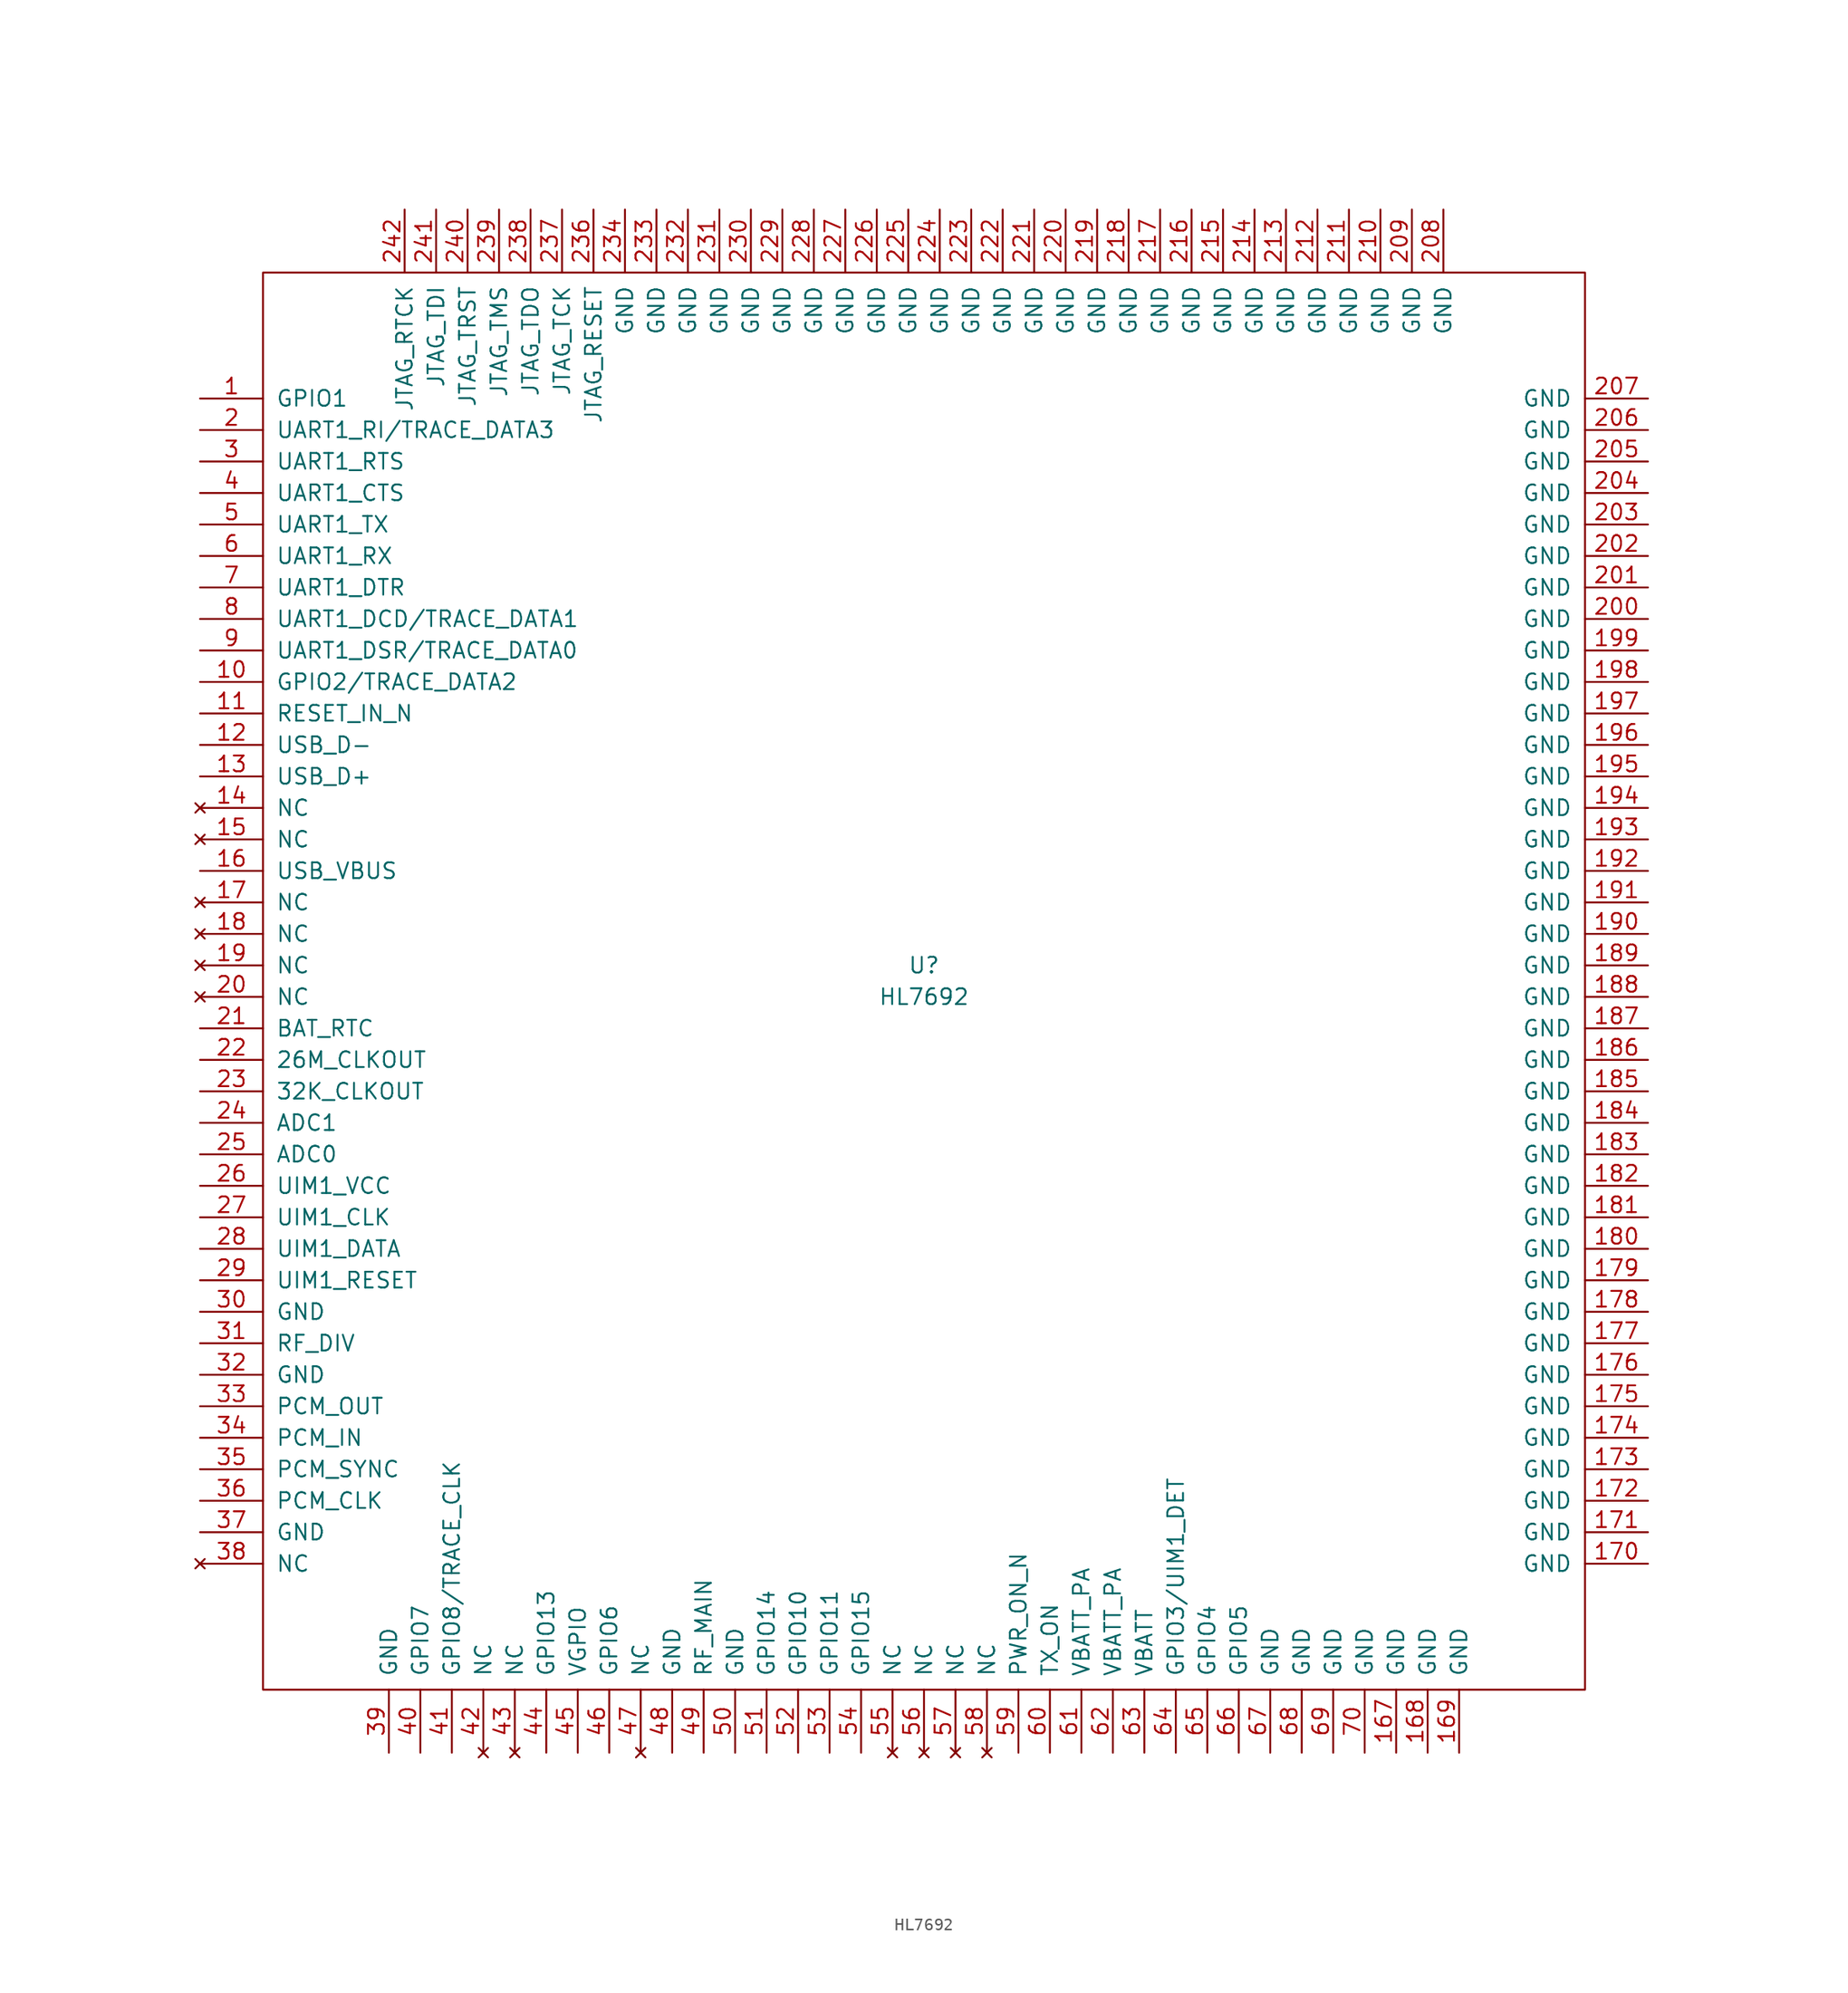
<source format=kicad_sym>
(kicad_symbol_lib
  (version 20201005)
  (generator kicad_symbol_editor)
  (symbol "HL7692"
    (pin_names
      (offset 1.016))
    (property "Reference" "U"
      (at 0 1.27 0)
      (effects (font (size 1.27 1.27))))
    (property "Value" "HL7692"
      (at 0 -1.27 0)
      (effects (font (size 1.27 1.27))))
    (symbol "HL7692_0_1"
      (rectangle (start -53.34 57.15) (end 53.34 -57.15) (stroke (width 0)) (fill (type none))))
    (symbol "HL7692_1_1"
      (pin bidirectional line (at -58.42 46.99 0) (length 5.08) (name "GPIO1" (effects (font (size 1.27 1.27)))) (number "1" (effects (font (size 1.27 1.27)))))
      (pin output line (at -58.42 24.13 0) (length 5.08) (name "GPIO2/TRACE_DATA2" (effects (font (size 1.27 1.27)))) (number "10" (effects (font (size 1.27 1.27)))))
      (pin input line (at -58.42 21.59 0) (length 5.08) (name "RESET_IN_N" (effects (font (size 1.27 1.27)))) (number "11" (effects (font (size 1.27 1.27)))))
      (pin bidirectional line (at -58.42 19.05 0) (length 5.08) (name "USB_D-" (effects (font (size 1.27 1.27)))) (number "12" (effects (font (size 1.27 1.27)))))
      (pin bidirectional line (at -58.42 16.51 0) (length 5.08) (name "USB_D+" (effects (font (size 1.27 1.27)))) (number "13" (effects (font (size 1.27 1.27)))))
      (pin unconnected line (at -58.42 13.97 0) (length 5.08) (name "NC" (effects (font (size 1.27 1.27)))) (number "14" (effects (font (size 1.27 1.27)))))
      (pin unconnected line (at -58.42 11.43 0) (length 5.08) (name "NC" (effects (font (size 1.27 1.27)))) (number "15" (effects (font (size 1.27 1.27)))))
      (pin input line (at -58.42 8.89 0) (length 5.08) (name "USB_VBUS" (effects (font (size 1.27 1.27)))) (number "16" (effects (font (size 1.27 1.27)))))
      (pin power_in line (at 38.1 -62.23 90) (length 5.08) (name "GND" (effects (font (size 1.27 1.27)))) (number "167" (effects (font (size 1.27 1.27)))))
      (pin power_in line (at 40.64 -62.23 90) (length 5.08) (name "GND" (effects (font (size 1.27 1.27)))) (number "168" (effects (font (size 1.27 1.27)))))
      (pin power_in line (at 43.18 -62.23 90) (length 5.08) (name "GND" (effects (font (size 1.27 1.27)))) (number "169" (effects (font (size 1.27 1.27)))))
      (pin unconnected line (at -58.42 6.35 0) (length 5.08) (name "NC" (effects (font (size 1.27 1.27)))) (number "17" (effects (font (size 1.27 1.27)))))
      (pin power_in line (at 58.42 -46.99 180) (length 5.08) (name "GND" (effects (font (size 1.27 1.27)))) (number "170" (effects (font (size 1.27 1.27)))))
      (pin power_in line (at 58.42 -44.45 180) (length 5.08) (name "GND" (effects (font (size 1.27 1.27)))) (number "171" (effects (font (size 1.27 1.27)))))
      (pin power_in line (at 58.42 -41.91 180) (length 5.08) (name "GND" (effects (font (size 1.27 1.27)))) (number "172" (effects (font (size 1.27 1.27)))))
      (pin power_in line (at 58.42 -39.37 180) (length 5.08) (name "GND" (effects (font (size 1.27 1.27)))) (number "173" (effects (font (size 1.27 1.27)))))
      (pin power_in line (at 58.42 -36.83 180) (length 5.08) (name "GND" (effects (font (size 1.27 1.27)))) (number "174" (effects (font (size 1.27 1.27)))))
      (pin power_in line (at 58.42 -34.29 180) (length 5.08) (name "GND" (effects (font (size 1.27 1.27)))) (number "175" (effects (font (size 1.27 1.27)))))
      (pin power_in line (at 58.42 -31.75 180) (length 5.08) (name "GND" (effects (font (size 1.27 1.27)))) (number "176" (effects (font (size 1.27 1.27)))))
      (pin power_in line (at 58.42 -29.21 180) (length 5.08) (name "GND" (effects (font (size 1.27 1.27)))) (number "177" (effects (font (size 1.27 1.27)))))
      (pin power_in line (at 58.42 -26.67 180) (length 5.08) (name "GND" (effects (font (size 1.27 1.27)))) (number "178" (effects (font (size 1.27 1.27)))))
      (pin power_in line (at 58.42 -24.13 180) (length 5.08) (name "GND" (effects (font (size 1.27 1.27)))) (number "179" (effects (font (size 1.27 1.27)))))
      (pin unconnected line (at -58.42 3.81 0) (length 5.08) (name "NC" (effects (font (size 1.27 1.27)))) (number "18" (effects (font (size 1.27 1.27)))))
      (pin power_in line (at 58.42 -21.59 180) (length 5.08) (name "GND" (effects (font (size 1.27 1.27)))) (number "180" (effects (font (size 1.27 1.27)))))
      (pin power_in line (at 58.42 -19.05 180) (length 5.08) (name "GND" (effects (font (size 1.27 1.27)))) (number "181" (effects (font (size 1.27 1.27)))))
      (pin power_in line (at 58.42 -16.51 180) (length 5.08) (name "GND" (effects (font (size 1.27 1.27)))) (number "182" (effects (font (size 1.27 1.27)))))
      (pin power_in line (at 58.42 -13.97 180) (length 5.08) (name "GND" (effects (font (size 1.27 1.27)))) (number "183" (effects (font (size 1.27 1.27)))))
      (pin power_in line (at 58.42 -11.43 180) (length 5.08) (name "GND" (effects (font (size 1.27 1.27)))) (number "184" (effects (font (size 1.27 1.27)))))
      (pin power_in line (at 58.42 -8.89 180) (length 5.08) (name "GND" (effects (font (size 1.27 1.27)))) (number "185" (effects (font (size 1.27 1.27)))))
      (pin power_in line (at 58.42 -6.35 180) (length 5.08) (name "GND" (effects (font (size 1.27 1.27)))) (number "186" (effects (font (size 1.27 1.27)))))
      (pin power_in line (at 58.42 -3.81 180) (length 5.08) (name "GND" (effects (font (size 1.27 1.27)))) (number "187" (effects (font (size 1.27 1.27)))))
      (pin power_in line (at 58.42 -1.27 180) (length 5.08) (name "GND" (effects (font (size 1.27 1.27)))) (number "188" (effects (font (size 1.27 1.27)))))
      (pin power_in line (at 58.42 1.27 180) (length 5.08) (name "GND" (effects (font (size 1.27 1.27)))) (number "189" (effects (font (size 1.27 1.27)))))
      (pin unconnected line (at -58.42 1.27 0) (length 5.08) (name "NC" (effects (font (size 1.27 1.27)))) (number "19" (effects (font (size 1.27 1.27)))))
      (pin power_in line (at 58.42 3.81 180) (length 5.08) (name "GND" (effects (font (size 1.27 1.27)))) (number "190" (effects (font (size 1.27 1.27)))))
      (pin power_in line (at 58.42 6.35 180) (length 5.08) (name "GND" (effects (font (size 1.27 1.27)))) (number "191" (effects (font (size 1.27 1.27)))))
      (pin power_in line (at 58.42 8.89 180) (length 5.08) (name "GND" (effects (font (size 1.27 1.27)))) (number "192" (effects (font (size 1.27 1.27)))))
      (pin power_in line (at 58.42 11.43 180) (length 5.08) (name "GND" (effects (font (size 1.27 1.27)))) (number "193" (effects (font (size 1.27 1.27)))))
      (pin power_in line (at 58.42 13.97 180) (length 5.08) (name "GND" (effects (font (size 1.27 1.27)))) (number "194" (effects (font (size 1.27 1.27)))))
      (pin power_in line (at 58.42 16.51 180) (length 5.08) (name "GND" (effects (font (size 1.27 1.27)))) (number "195" (effects (font (size 1.27 1.27)))))
      (pin power_in line (at 58.42 19.05 180) (length 5.08) (name "GND" (effects (font (size 1.27 1.27)))) (number "196" (effects (font (size 1.27 1.27)))))
      (pin power_in line (at 58.42 21.59 180) (length 5.08) (name "GND" (effects (font (size 1.27 1.27)))) (number "197" (effects (font (size 1.27 1.27)))))
      (pin power_in line (at 58.42 24.13 180) (length 5.08) (name "GND" (effects (font (size 1.27 1.27)))) (number "198" (effects (font (size 1.27 1.27)))))
      (pin power_in line (at 58.42 26.67 180) (length 5.08) (name "GND" (effects (font (size 1.27 1.27)))) (number "199" (effects (font (size 1.27 1.27)))))
      (pin output line (at -58.42 44.45 0) (length 5.08) (name "UART1_RI/TRACE_DATA3" (effects (font (size 1.27 1.27)))) (number "2" (effects (font (size 1.27 1.27)))))
      (pin unconnected line (at -58.42 -1.27 0) (length 5.08) (name "NC" (effects (font (size 1.27 1.27)))) (number "20" (effects (font (size 1.27 1.27)))))
      (pin power_in line (at 58.42 29.21 180) (length 5.08) (name "GND" (effects (font (size 1.27 1.27)))) (number "200" (effects (font (size 1.27 1.27)))))
      (pin power_in line (at 58.42 31.75 180) (length 5.08) (name "GND" (effects (font (size 1.27 1.27)))) (number "201" (effects (font (size 1.27 1.27)))))
      (pin power_in line (at 58.42 34.29 180) (length 5.08) (name "GND" (effects (font (size 1.27 1.27)))) (number "202" (effects (font (size 1.27 1.27)))))
      (pin power_in line (at 58.42 36.83 180) (length 5.08) (name "GND" (effects (font (size 1.27 1.27)))) (number "203" (effects (font (size 1.27 1.27)))))
      (pin power_in line (at 58.42 39.37 180) (length 5.08) (name "GND" (effects (font (size 1.27 1.27)))) (number "204" (effects (font (size 1.27 1.27)))))
      (pin power_in line (at 58.42 41.91 180) (length 5.08) (name "GND" (effects (font (size 1.27 1.27)))) (number "205" (effects (font (size 1.27 1.27)))))
      (pin power_in line (at 58.42 44.45 180) (length 5.08) (name "GND" (effects (font (size 1.27 1.27)))) (number "206" (effects (font (size 1.27 1.27)))))
      (pin power_in line (at 58.42 46.99 180) (length 5.08) (name "GND" (effects (font (size 1.27 1.27)))) (number "207" (effects (font (size 1.27 1.27)))))
      (pin power_in line (at 41.91 62.23 270) (length 5.08) (name "GND" (effects (font (size 1.27 1.27)))) (number "208" (effects (font (size 1.27 1.27)))))
      (pin power_in line (at 39.37 62.23 270) (length 5.08) (name "GND" (effects (font (size 1.27 1.27)))) (number "209" (effects (font (size 1.27 1.27)))))
      (pin bidirectional line (at -58.42 -3.81 0) (length 5.08) (name "BAT_RTC" (effects (font (size 1.27 1.27)))) (number "21" (effects (font (size 1.27 1.27)))))
      (pin power_in line (at 36.83 62.23 270) (length 5.08) (name "GND" (effects (font (size 1.27 1.27)))) (number "210" (effects (font (size 1.27 1.27)))))
      (pin power_in line (at 34.29 62.23 270) (length 5.08) (name "GND" (effects (font (size 1.27 1.27)))) (number "211" (effects (font (size 1.27 1.27)))))
      (pin power_in line (at 31.75 62.23 270) (length 5.08) (name "GND" (effects (font (size 1.27 1.27)))) (number "212" (effects (font (size 1.27 1.27)))))
      (pin power_in line (at 29.21 62.23 270) (length 5.08) (name "GND" (effects (font (size 1.27 1.27)))) (number "213" (effects (font (size 1.27 1.27)))))
      (pin power_in line (at 26.67 62.23 270) (length 5.08) (name "GND" (effects (font (size 1.27 1.27)))) (number "214" (effects (font (size 1.27 1.27)))))
      (pin power_in line (at 24.13 62.23 270) (length 5.08) (name "GND" (effects (font (size 1.27 1.27)))) (number "215" (effects (font (size 1.27 1.27)))))
      (pin power_in line (at 21.59 62.23 270) (length 5.08) (name "GND" (effects (font (size 1.27 1.27)))) (number "216" (effects (font (size 1.27 1.27)))))
      (pin power_in line (at 19.05 62.23 270) (length 5.08) (name "GND" (effects (font (size 1.27 1.27)))) (number "217" (effects (font (size 1.27 1.27)))))
      (pin power_in line (at 16.51 62.23 270) (length 5.08) (name "GND" (effects (font (size 1.27 1.27)))) (number "218" (effects (font (size 1.27 1.27)))))
      (pin power_in line (at 13.97 62.23 270) (length 5.08) (name "GND" (effects (font (size 1.27 1.27)))) (number "219" (effects (font (size 1.27 1.27)))))
      (pin output line (at -58.42 -6.35 0) (length 5.08) (name "26M_CLKOUT" (effects (font (size 1.27 1.27)))) (number "22" (effects (font (size 1.27 1.27)))))
      (pin power_in line (at 11.43 62.23 270) (length 5.08) (name "GND" (effects (font (size 1.27 1.27)))) (number "220" (effects (font (size 1.27 1.27)))))
      (pin power_in line (at 8.89 62.23 270) (length 5.08) (name "GND" (effects (font (size 1.27 1.27)))) (number "221" (effects (font (size 1.27 1.27)))))
      (pin power_in line (at 6.35 62.23 270) (length 5.08) (name "GND" (effects (font (size 1.27 1.27)))) (number "222" (effects (font (size 1.27 1.27)))))
      (pin power_in line (at 3.81 62.23 270) (length 5.08) (name "GND" (effects (font (size 1.27 1.27)))) (number "223" (effects (font (size 1.27 1.27)))))
      (pin power_in line (at 1.27 62.23 270) (length 5.08) (name "GND" (effects (font (size 1.27 1.27)))) (number "224" (effects (font (size 1.27 1.27)))))
      (pin power_in line (at -1.27 62.23 270) (length 5.08) (name "GND" (effects (font (size 1.27 1.27)))) (number "225" (effects (font (size 1.27 1.27)))))
      (pin power_in line (at -3.81 62.23 270) (length 5.08) (name "GND" (effects (font (size 1.27 1.27)))) (number "226" (effects (font (size 1.27 1.27)))))
      (pin power_in line (at -6.35 62.23 270) (length 5.08) (name "GND" (effects (font (size 1.27 1.27)))) (number "227" (effects (font (size 1.27 1.27)))))
      (pin power_in line (at -8.89 62.23 270) (length 5.08) (name "GND" (effects (font (size 1.27 1.27)))) (number "228" (effects (font (size 1.27 1.27)))))
      (pin power_in line (at -11.43 62.23 270) (length 5.08) (name "GND" (effects (font (size 1.27 1.27)))) (number "229" (effects (font (size 1.27 1.27)))))
      (pin output line (at -58.42 -8.89 0) (length 5.08) (name "32K_CLKOUT" (effects (font (size 1.27 1.27)))) (number "23" (effects (font (size 1.27 1.27)))))
      (pin power_in line (at -13.97 62.23 270) (length 5.08) (name "GND" (effects (font (size 1.27 1.27)))) (number "230" (effects (font (size 1.27 1.27)))))
      (pin power_in line (at -16.51 62.23 270) (length 5.08) (name "GND" (effects (font (size 1.27 1.27)))) (number "231" (effects (font (size 1.27 1.27)))))
      (pin power_in line (at -19.05 62.23 270) (length 5.08) (name "GND" (effects (font (size 1.27 1.27)))) (number "232" (effects (font (size 1.27 1.27)))))
      (pin power_in line (at -21.59 62.23 270) (length 5.08) (name "GND" (effects (font (size 1.27 1.27)))) (number "233" (effects (font (size 1.27 1.27)))))
      (pin power_in line (at -24.13 62.23 270) (length 5.08) (name "GND" (effects (font (size 1.27 1.27)))) (number "234" (effects (font (size 1.27 1.27)))))
      (pin input line (at -26.67 62.23 270) (length 5.08) (name "JTAG_RESET" (effects (font (size 1.27 1.27)))) (number "236" (effects (font (size 1.27 1.27)))))
      (pin input line (at -29.21 62.23 270) (length 5.08) (name "JTAG_TCK" (effects (font (size 1.27 1.27)))) (number "237" (effects (font (size 1.27 1.27)))))
      (pin output line (at -31.75 62.23 270) (length 5.08) (name "JTAG_TDO" (effects (font (size 1.27 1.27)))) (number "238" (effects (font (size 1.27 1.27)))))
      (pin input line (at -34.29 62.23 270) (length 5.08) (name "JTAG_TMS" (effects (font (size 1.27 1.27)))) (number "239" (effects (font (size 1.27 1.27)))))
      (pin input line (at -58.42 -11.43 0) (length 5.08) (name "ADC1" (effects (font (size 1.27 1.27)))) (number "24" (effects (font (size 1.27 1.27)))))
      (pin input line (at -36.83 62.23 270) (length 5.08) (name "JTAG_TRST" (effects (font (size 1.27 1.27)))) (number "240" (effects (font (size 1.27 1.27)))))
      (pin input line (at -39.37 62.23 270) (length 5.08) (name "JTAG_TDI" (effects (font (size 1.27 1.27)))) (number "241" (effects (font (size 1.27 1.27)))))
      (pin output line (at -41.91 62.23 270) (length 5.08) (name "JTAG_RTCK" (effects (font (size 1.27 1.27)))) (number "242" (effects (font (size 1.27 1.27)))))
      (pin input line (at -58.42 -13.97 0) (length 5.08) (name "ADC0" (effects (font (size 1.27 1.27)))) (number "25" (effects (font (size 1.27 1.27)))))
      (pin output line (at -58.42 -16.51 0) (length 5.08) (name "UIM1_VCC" (effects (font (size 1.27 1.27)))) (number "26" (effects (font (size 1.27 1.27)))))
      (pin output line (at -58.42 -19.05 0) (length 5.08) (name "UIM1_CLK" (effects (font (size 1.27 1.27)))) (number "27" (effects (font (size 1.27 1.27)))))
      (pin bidirectional line (at -58.42 -21.59 0) (length 5.08) (name "UIM1_DATA" (effects (font (size 1.27 1.27)))) (number "28" (effects (font (size 1.27 1.27)))))
      (pin input line (at -58.42 -24.13 0) (length 5.08) (name "UIM1_RESET" (effects (font (size 1.27 1.27)))) (number "29" (effects (font (size 1.27 1.27)))))
      (pin input line (at -58.42 41.91 0) (length 5.08) (name "UART1_RTS" (effects (font (size 1.27 1.27)))) (number "3" (effects (font (size 1.27 1.27)))))
      (pin power_in line (at -58.42 -26.67 0) (length 5.08) (name "GND" (effects (font (size 1.27 1.27)))) (number "30" (effects (font (size 1.27 1.27)))))
      (pin unspecified line (at -58.42 -29.21 0) (length 5.08) (name "RF_DIV" (effects (font (size 1.27 1.27)))) (number "31" (effects (font (size 1.27 1.27)))))
      (pin power_in line (at -58.42 -31.75 0) (length 5.08) (name "GND" (effects (font (size 1.27 1.27)))) (number "32" (effects (font (size 1.27 1.27)))))
      (pin output line (at -58.42 -34.29 0) (length 5.08) (name "PCM_OUT" (effects (font (size 1.27 1.27)))) (number "33" (effects (font (size 1.27 1.27)))))
      (pin input line (at -58.42 -36.83 0) (length 5.08) (name "PCM_IN" (effects (font (size 1.27 1.27)))) (number "34" (effects (font (size 1.27 1.27)))))
      (pin bidirectional line (at -58.42 -39.37 0) (length 5.08) (name "PCM_SYNC" (effects (font (size 1.27 1.27)))) (number "35" (effects (font (size 1.27 1.27)))))
      (pin bidirectional line (at -58.42 -41.91 0) (length 5.08) (name "PCM_CLK" (effects (font (size 1.27 1.27)))) (number "36" (effects (font (size 1.27 1.27)))))
      (pin power_in line (at -58.42 -44.45 0) (length 5.08) (name "GND" (effects (font (size 1.27 1.27)))) (number "37" (effects (font (size 1.27 1.27)))))
      (pin unconnected line (at -58.42 -46.99 0) (length 5.08) (name "NC" (effects (font (size 1.27 1.27)))) (number "38" (effects (font (size 1.27 1.27)))))
      (pin power_in line (at -43.18 -62.23 90) (length 5.08) (name "GND" (effects (font (size 1.27 1.27)))) (number "39" (effects (font (size 1.27 1.27)))))
      (pin output line (at -58.42 39.37 0) (length 5.08) (name "UART1_CTS" (effects (font (size 1.27 1.27)))) (number "4" (effects (font (size 1.27 1.27)))))
      (pin bidirectional line (at -40.64 -62.23 90) (length 5.08) (name "GPIO7" (effects (font (size 1.27 1.27)))) (number "40" (effects (font (size 1.27 1.27)))))
      (pin bidirectional line (at -38.1 -62.23 90) (length 5.08) (name "GPIO8/TRACE_CLK" (effects (font (size 1.27 1.27)))) (number "41" (effects (font (size 1.27 1.27)))))
      (pin unconnected line (at -35.56 -62.23 90) (length 5.08) (name "NC" (effects (font (size 1.27 1.27)))) (number "42" (effects (font (size 1.27 1.27)))))
      (pin unconnected line (at -33.02 -62.23 90) (length 5.08) (name "NC" (effects (font (size 1.27 1.27)))) (number "43" (effects (font (size 1.27 1.27)))))
      (pin output line (at -30.48 -62.23 90) (length 5.08) (name "GPIO13" (effects (font (size 1.27 1.27)))) (number "44" (effects (font (size 1.27 1.27)))))
      (pin output line (at -27.94 -62.23 90) (length 5.08) (name "VGPIO" (effects (font (size 1.27 1.27)))) (number "45" (effects (font (size 1.27 1.27)))))
      (pin output line (at -25.4 -62.23 90) (length 5.08) (name "GPIO6" (effects (font (size 1.27 1.27)))) (number "46" (effects (font (size 1.27 1.27)))))
      (pin unconnected line (at -22.86 -62.23 90) (length 5.08) (name "NC" (effects (font (size 1.27 1.27)))) (number "47" (effects (font (size 1.27 1.27)))))
      (pin power_in line (at -20.32 -62.23 90) (length 5.08) (name "GND" (effects (font (size 1.27 1.27)))) (number "48" (effects (font (size 1.27 1.27)))))
      (pin unspecified line (at -17.78 -62.23 90) (length 5.08) (name "RF_MAIN" (effects (font (size 1.27 1.27)))) (number "49" (effects (font (size 1.27 1.27)))))
      (pin input line (at -58.42 36.83 0) (length 5.08) (name "UART1_TX" (effects (font (size 1.27 1.27)))) (number "5" (effects (font (size 1.27 1.27)))))
      (pin power_in line (at -15.24 -62.23 90) (length 5.08) (name "GND" (effects (font (size 1.27 1.27)))) (number "50" (effects (font (size 1.27 1.27)))))
      (pin input line (at -12.7 -62.23 90) (length 5.08) (name "GPIO14" (effects (font (size 1.27 1.27)))) (number "51" (effects (font (size 1.27 1.27)))))
      (pin bidirectional line (at -10.16 -62.23 90) (length 5.08) (name "GPIO10" (effects (font (size 1.27 1.27)))) (number "52" (effects (font (size 1.27 1.27)))))
      (pin bidirectional line (at -7.62 -62.23 90) (length 5.08) (name "GPIO11" (effects (font (size 1.27 1.27)))) (number "53" (effects (font (size 1.27 1.27)))))
      (pin bidirectional line (at -5.08 -62.23 90) (length 5.08) (name "GPIO15" (effects (font (size 1.27 1.27)))) (number "54" (effects (font (size 1.27 1.27)))))
      (pin unconnected line (at -2.54 -62.23 90) (length 5.08) (name "NC" (effects (font (size 1.27 1.27)))) (number "55" (effects (font (size 1.27 1.27)))))
      (pin unconnected line (at 0 -62.23 90) (length 5.08) (name "NC" (effects (font (size 1.27 1.27)))) (number "56" (effects (font (size 1.27 1.27)))))
      (pin unconnected line (at 2.54 -62.23 90) (length 5.08) (name "NC" (effects (font (size 1.27 1.27)))) (number "57" (effects (font (size 1.27 1.27)))))
      (pin unconnected line (at 5.08 -62.23 90) (length 5.08) (name "NC" (effects (font (size 1.27 1.27)))) (number "58" (effects (font (size 1.27 1.27)))))
      (pin input line (at 7.62 -62.23 90) (length 5.08) (name "PWR_ON_N" (effects (font (size 1.27 1.27)))) (number "59" (effects (font (size 1.27 1.27)))))
      (pin output line (at -58.42 34.29 0) (length 5.08) (name "UART1_RX" (effects (font (size 1.27 1.27)))) (number "6" (effects (font (size 1.27 1.27)))))
      (pin output line (at 10.16 -62.23 90) (length 5.08) (name "TX_ON" (effects (font (size 1.27 1.27)))) (number "60" (effects (font (size 1.27 1.27)))))
      (pin power_in line (at 12.7 -62.23 90) (length 5.08) (name "VBATT_PA" (effects (font (size 1.27 1.27)))) (number "61" (effects (font (size 1.27 1.27)))))
      (pin power_in line (at 15.24 -62.23 90) (length 5.08) (name "VBATT_PA" (effects (font (size 1.27 1.27)))) (number "62" (effects (font (size 1.27 1.27)))))
      (pin power_in line (at 17.78 -62.23 90) (length 5.08) (name "VBATT" (effects (font (size 1.27 1.27)))) (number "63" (effects (font (size 1.27 1.27)))))
      (pin bidirectional line (at 20.32 -62.23 90) (length 5.08) (name "GPIO3/UIM1_DET" (effects (font (size 1.27 1.27)))) (number "64" (effects (font (size 1.27 1.27)))))
      (pin bidirectional line (at 22.86 -62.23 90) (length 5.08) (name "GPIO4" (effects (font (size 1.27 1.27)))) (number "65" (effects (font (size 1.27 1.27)))))
      (pin bidirectional line (at 25.4 -62.23 90) (length 5.08) (name "GPIO5" (effects (font (size 1.27 1.27)))) (number "66" (effects (font (size 1.27 1.27)))))
      (pin power_in line (at 27.94 -62.23 90) (length 5.08) (name "GND" (effects (font (size 1.27 1.27)))) (number "67" (effects (font (size 1.27 1.27)))))
      (pin power_in line (at 30.48 -62.23 90) (length 5.08) (name "GND" (effects (font (size 1.27 1.27)))) (number "68" (effects (font (size 1.27 1.27)))))
      (pin power_in line (at 33.02 -62.23 90) (length 5.08) (name "GND" (effects (font (size 1.27 1.27)))) (number "69" (effects (font (size 1.27 1.27)))))
      (pin input line (at -58.42 31.75 0) (length 5.08) (name "UART1_DTR" (effects (font (size 1.27 1.27)))) (number "7" (effects (font (size 1.27 1.27)))))
      (pin power_in line (at 35.56 -62.23 90) (length 5.08) (name "GND" (effects (font (size 1.27 1.27)))) (number "70" (effects (font (size 1.27 1.27)))))
      (pin output line (at -58.42 29.21 0) (length 5.08) (name "UART1_DCD/TRACE_DATA1" (effects (font (size 1.27 1.27)))) (number "8" (effects (font (size 1.27 1.27)))))
      (pin output line (at -58.42 26.67 0) (length 5.08) (name "UART1_DSR/TRACE_DATA0" (effects (font (size 1.27 1.27)))) (number "9" (effects (font (size 1.27 1.27))))))))
</source>
